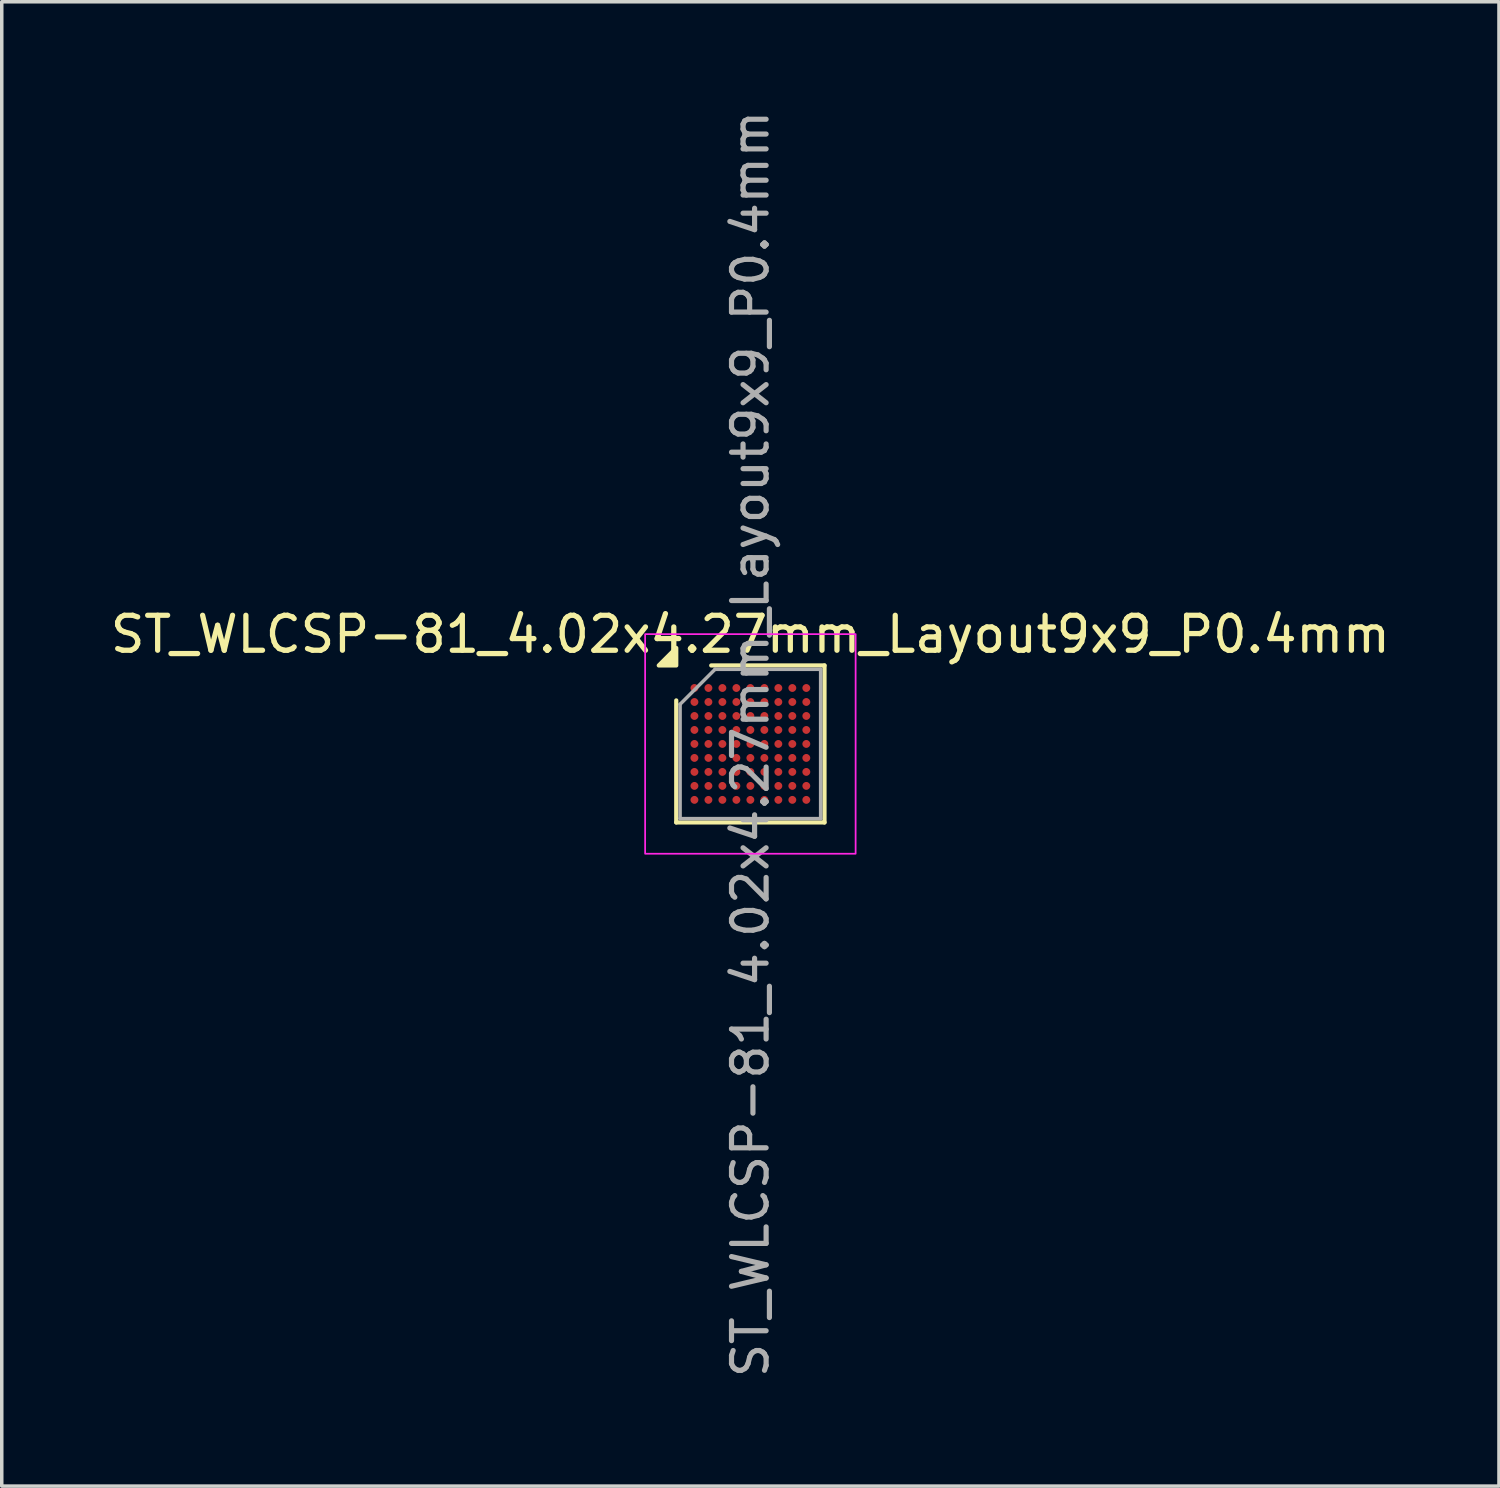
<source format=kicad_pcb>
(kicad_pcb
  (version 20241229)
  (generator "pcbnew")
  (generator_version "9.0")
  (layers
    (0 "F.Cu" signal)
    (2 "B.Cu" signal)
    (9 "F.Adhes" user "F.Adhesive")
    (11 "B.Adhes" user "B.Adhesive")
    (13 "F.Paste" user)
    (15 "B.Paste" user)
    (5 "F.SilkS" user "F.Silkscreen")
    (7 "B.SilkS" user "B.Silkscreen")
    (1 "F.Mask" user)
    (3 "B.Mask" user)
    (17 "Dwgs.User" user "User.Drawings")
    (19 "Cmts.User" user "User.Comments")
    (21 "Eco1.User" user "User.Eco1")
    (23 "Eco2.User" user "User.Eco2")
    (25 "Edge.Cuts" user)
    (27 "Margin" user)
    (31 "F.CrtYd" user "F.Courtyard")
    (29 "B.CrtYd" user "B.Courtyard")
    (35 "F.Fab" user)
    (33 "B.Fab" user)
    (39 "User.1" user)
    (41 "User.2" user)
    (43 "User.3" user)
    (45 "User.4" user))
  (footprint "ST_WLCSP-81_4.02x4.27mm_Layout9x9_P0.4mm"
    (layer "F.Cu")
    (at 18.411 18.227)
    (property "Reference" "ST_WLCSP-81_4.02x4.27mm_Layout9x9_P0.4mm" (at 0 -3.135 0) (layer "F.SilkS") (effects (font (size 1 1) (thickness 0.15))))
    (attr smd)
    (fp_line (start -2.12 2.245) (end -2.12 -1.245) (stroke (width 0.12) (type solid)) (layer "F.SilkS"))
    (fp_line (start -1.12 -2.245) (end 2.12 -2.245) (stroke (width 0.12) (type solid)) (layer "F.SilkS"))
    (fp_line (start 2.12 -2.245) (end 2.12 2.245) (stroke (width 0.12) (type solid)) (layer "F.SilkS"))
    (fp_line (start 2.12 2.245) (end -2.12 2.245) (stroke (width 0.12) (type solid)) (layer "F.SilkS"))
    (fp_poly (pts (xy -2.12 -2.245) (xy -2.62 -2.245) (xy -2.12 -2.745)) (stroke (width 0.12) (type solid)) (fill yes) (layer "F.SilkS"))
    (fp_rect (start -3.01 -3.14) (end 3.01 3.14) (stroke (width 0.05) (type solid)) (fill no) (layer "F.CrtYd"))
    (fp_line (start -2.01 -1.135) (end -1.01 -2.135) (stroke (width 0.1) (type solid)) (layer "F.Fab"))
    (fp_line (start -2.01 2.135) (end -2.01 -1.135) (stroke (width 0.1) (type solid)) (layer "F.Fab"))
    (fp_line (start -1.01 -2.135) (end 2.01 -2.135) (stroke (width 0.1) (type solid)) (layer "F.Fab"))
    (fp_line (start 2.01 -2.135) (end 2.01 2.135) (stroke (width 0.1) (type solid)) (layer "F.Fab"))
    (fp_line (start 2.01 2.135) (end -2.01 2.135) (stroke (width 0.1) (type solid)) (layer "F.Fab"))
    (fp_text user "${REFERENCE}" (at 0 0 270) (layer "F.Fab") (effects (font (size 0.99 0.99) (thickness 0.148))))
    (pad "A1" smd circle (at -1.6 -1.6) (size 0.225 0.225) (property pad_prop_bga) (layers "F.Cu" "F.Mask" "F.Paste"))
    (pad "A2" smd circle (at -1.2 -1.6) (size 0.225 0.225) (property pad_prop_bga) (layers "F.Cu" "F.Mask" "F.Paste"))
    (pad "A3" smd circle (at -0.8 -1.6) (size 0.225 0.225) (property pad_prop_bga) (layers "F.Cu" "F.Mask" "F.Paste"))
    (pad "A4" smd circle (at -0.4 -1.6) (size 0.225 0.225) (property pad_prop_bga) (layers "F.Cu" "F.Mask" "F.Paste"))
    (pad "A5" smd circle (at 0 -1.6) (size 0.225 0.225) (property pad_prop_bga) (layers "F.Cu" "F.Mask" "F.Paste"))
    (pad "A6" smd circle (at 0.4 -1.6) (size 0.225 0.225) (property pad_prop_bga) (layers "F.Cu" "F.Mask" "F.Paste"))
    (pad "A7" smd circle (at 0.8 -1.6) (size 0.225 0.225) (property pad_prop_bga) (layers "F.Cu" "F.Mask" "F.Paste"))
    (pad "A8" smd circle (at 1.2 -1.6) (size 0.225 0.225) (property pad_prop_bga) (layers "F.Cu" "F.Mask" "F.Paste"))
    (pad "A9" smd circle (at 1.6 -1.6) (size 0.225 0.225) (property pad_prop_bga) (layers "F.Cu" "F.Mask" "F.Paste"))
    (pad "B1" smd circle (at -1.6 -1.2) (size 0.225 0.225) (property pad_prop_bga) (layers "F.Cu" "F.Mask" "F.Paste"))
    (pad "B2" smd circle (at -1.2 -1.2) (size 0.225 0.225) (property pad_prop_bga) (layers "F.Cu" "F.Mask" "F.Paste"))
    (pad "B3" smd circle (at -0.8 -1.2) (size 0.225 0.225) (property pad_prop_bga) (layers "F.Cu" "F.Mask" "F.Paste"))
    (pad "B4" smd circle (at -0.4 -1.2) (size 0.225 0.225) (property pad_prop_bga) (layers "F.Cu" "F.Mask" "F.Paste"))
    (pad "B5" smd circle (at 0 -1.2) (size 0.225 0.225) (property pad_prop_bga) (layers "F.Cu" "F.Mask" "F.Paste"))
    (pad "B6" smd circle (at 0.4 -1.2) (size 0.225 0.225) (property pad_prop_bga) (layers "F.Cu" "F.Mask" "F.Paste"))
    (pad "B7" smd circle (at 0.8 -1.2) (size 0.225 0.225) (property pad_prop_bga) (layers "F.Cu" "F.Mask" "F.Paste"))
    (pad "B8" smd circle (at 1.2 -1.2) (size 0.225 0.225) (property pad_prop_bga) (layers "F.Cu" "F.Mask" "F.Paste"))
    (pad "B9" smd circle (at 1.6 -1.2) (size 0.225 0.225) (property pad_prop_bga) (layers "F.Cu" "F.Mask" "F.Paste"))
    (pad "C1" smd circle (at -1.6 -0.8) (size 0.225 0.225) (property pad_prop_bga) (layers "F.Cu" "F.Mask" "F.Paste"))
    (pad "C2" smd circle (at -1.2 -0.8) (size 0.225 0.225) (property pad_prop_bga) (layers "F.Cu" "F.Mask" "F.Paste"))
    (pad "C3" smd circle (at -0.8 -0.8) (size 0.225 0.225) (property pad_prop_bga) (layers "F.Cu" "F.Mask" "F.Paste"))
    (pad "C4" smd circle (at -0.4 -0.8) (size 0.225 0.225) (property pad_prop_bga) (layers "F.Cu" "F.Mask" "F.Paste"))
    (pad "C5" smd circle (at 0 -0.8) (size 0.225 0.225) (property pad_prop_bga) (layers "F.Cu" "F.Mask" "F.Paste"))
    (pad "C6" smd circle (at 0.4 -0.8) (size 0.225 0.225) (property pad_prop_bga) (layers "F.Cu" "F.Mask" "F.Paste"))
    (pad "C7" smd circle (at 0.8 -0.8) (size 0.225 0.225) (property pad_prop_bga) (layers "F.Cu" "F.Mask" "F.Paste"))
    (pad "C8" smd circle (at 1.2 -0.8) (size 0.225 0.225) (property pad_prop_bga) (layers "F.Cu" "F.Mask" "F.Paste"))
    (pad "C9" smd circle (at 1.6 -0.8) (size 0.225 0.225) (property pad_prop_bga) (layers "F.Cu" "F.Mask" "F.Paste"))
    (pad "D1" smd circle (at -1.6 -0.4) (size 0.225 0.225) (property pad_prop_bga) (layers "F.Cu" "F.Mask" "F.Paste"))
    (pad "D2" smd circle (at -1.2 -0.4) (size 0.225 0.225) (property pad_prop_bga) (layers "F.Cu" "F.Mask" "F.Paste"))
    (pad "D3" smd circle (at -0.8 -0.4) (size 0.225 0.225) (property pad_prop_bga) (layers "F.Cu" "F.Mask" "F.Paste"))
    (pad "D4" smd circle (at -0.4 -0.4) (size 0.225 0.225) (property pad_prop_bga) (layers "F.Cu" "F.Mask" "F.Paste"))
    (pad "D5" smd circle (at 0 -0.4) (size 0.225 0.225) (property pad_prop_bga) (layers "F.Cu" "F.Mask" "F.Paste"))
    (pad "D6" smd circle (at 0.4 -0.4) (size 0.225 0.225) (property pad_prop_bga) (layers "F.Cu" "F.Mask" "F.Paste"))
    (pad "D7" smd circle (at 0.8 -0.4) (size 0.225 0.225) (property pad_prop_bga) (layers "F.Cu" "F.Mask" "F.Paste"))
    (pad "D8" smd circle (at 1.2 -0.4) (size 0.225 0.225) (property pad_prop_bga) (layers "F.Cu" "F.Mask" "F.Paste"))
    (pad "D9" smd circle (at 1.6 -0.4) (size 0.225 0.225) (property pad_prop_bga) (layers "F.Cu" "F.Mask" "F.Paste"))
    (pad "E1" smd circle (at -1.6 0) (size 0.225 0.225) (property pad_prop_bga) (layers "F.Cu" "F.Mask" "F.Paste"))
    (pad "E2" smd circle (at -1.2 0) (size 0.225 0.225) (property pad_prop_bga) (layers "F.Cu" "F.Mask" "F.Paste"))
    (pad "E3" smd circle (at -0.8 0) (size 0.225 0.225) (property pad_prop_bga) (layers "F.Cu" "F.Mask" "F.Paste"))
    (pad "E4" smd circle (at -0.4 0) (size 0.225 0.225) (property pad_prop_bga) (layers "F.Cu" "F.Mask" "F.Paste"))
    (pad "E5" smd circle (at 0 0) (size 0.225 0.225) (property pad_prop_bga) (layers "F.Cu" "F.Mask" "F.Paste"))
    (pad "E6" smd circle (at 0.4 0) (size 0.225 0.225) (property pad_prop_bga) (layers "F.Cu" "F.Mask" "F.Paste"))
    (pad "E7" smd circle (at 0.8 0) (size 0.225 0.225) (property pad_prop_bga) (layers "F.Cu" "F.Mask" "F.Paste"))
    (pad "E8" smd circle (at 1.2 0) (size 0.225 0.225) (property pad_prop_bga) (layers "F.Cu" "F.Mask" "F.Paste"))
    (pad "E9" smd circle (at 1.6 0) (size 0.225 0.225) (property pad_prop_bga) (layers "F.Cu" "F.Mask" "F.Paste"))
    (pad "F1" smd circle (at -1.6 0.4) (size 0.225 0.225) (property pad_prop_bga) (layers "F.Cu" "F.Mask" "F.Paste"))
    (pad "F2" smd circle (at -1.2 0.4) (size 0.225 0.225) (property pad_prop_bga) (layers "F.Cu" "F.Mask" "F.Paste"))
    (pad "F3" smd circle (at -0.8 0.4) (size 0.225 0.225) (property pad_prop_bga) (layers "F.Cu" "F.Mask" "F.Paste"))
    (pad "F4" smd circle (at -0.4 0.4) (size 0.225 0.225) (property pad_prop_bga) (layers "F.Cu" "F.Mask" "F.Paste"))
    (pad "F5" smd circle (at 0 0.4) (size 0.225 0.225) (property pad_prop_bga) (layers "F.Cu" "F.Mask" "F.Paste"))
    (pad "F6" smd circle (at 0.4 0.4) (size 0.225 0.225) (property pad_prop_bga) (layers "F.Cu" "F.Mask" "F.Paste"))
    (pad "F7" smd circle (at 0.8 0.4) (size 0.225 0.225) (property pad_prop_bga) (layers "F.Cu" "F.Mask" "F.Paste"))
    (pad "F8" smd circle (at 1.2 0.4) (size 0.225 0.225) (property pad_prop_bga) (layers "F.Cu" "F.Mask" "F.Paste"))
    (pad "F9" smd circle (at 1.6 0.4) (size 0.225 0.225) (property pad_prop_bga) (layers "F.Cu" "F.Mask" "F.Paste"))
    (pad "G1" smd circle (at -1.6 0.8) (size 0.225 0.225) (property pad_prop_bga) (layers "F.Cu" "F.Mask" "F.Paste"))
    (pad "G2" smd circle (at -1.2 0.8) (size 0.225 0.225) (property pad_prop_bga) (layers "F.Cu" "F.Mask" "F.Paste"))
    (pad "G3" smd circle (at -0.8 0.8) (size 0.225 0.225) (property pad_prop_bga) (layers "F.Cu" "F.Mask" "F.Paste"))
    (pad "G4" smd circle (at -0.4 0.8) (size 0.225 0.225) (property pad_prop_bga) (layers "F.Cu" "F.Mask" "F.Paste"))
    (pad "G5" smd circle (at 0 0.8) (size 0.225 0.225) (property pad_prop_bga) (layers "F.Cu" "F.Mask" "F.Paste"))
    (pad "G6" smd circle (at 0.4 0.8) (size 0.225 0.225) (property pad_prop_bga) (layers "F.Cu" "F.Mask" "F.Paste"))
    (pad "G7" smd circle (at 0.8 0.8) (size 0.225 0.225) (property pad_prop_bga) (layers "F.Cu" "F.Mask" "F.Paste"))
    (pad "G8" smd circle (at 1.2 0.8) (size 0.225 0.225) (property pad_prop_bga) (layers "F.Cu" "F.Mask" "F.Paste"))
    (pad "G9" smd circle (at 1.6 0.8) (size 0.225 0.225) (property pad_prop_bga) (layers "F.Cu" "F.Mask" "F.Paste"))
    (pad "H1" smd circle (at -1.6 1.2) (size 0.225 0.225) (property pad_prop_bga) (layers "F.Cu" "F.Mask" "F.Paste"))
    (pad "H2" smd circle (at -1.2 1.2) (size 0.225 0.225) (property pad_prop_bga) (layers "F.Cu" "F.Mask" "F.Paste"))
    (pad "H3" smd circle (at -0.8 1.2) (size 0.225 0.225) (property pad_prop_bga) (layers "F.Cu" "F.Mask" "F.Paste"))
    (pad "H4" smd circle (at -0.4 1.2) (size 0.225 0.225) (property pad_prop_bga) (layers "F.Cu" "F.Mask" "F.Paste"))
    (pad "H5" smd circle (at 0 1.2) (size 0.225 0.225) (property pad_prop_bga) (layers "F.Cu" "F.Mask" "F.Paste"))
    (pad "H6" smd circle (at 0.4 1.2) (size 0.225 0.225) (property pad_prop_bga) (layers "F.Cu" "F.Mask" "F.Paste"))
    (pad "H7" smd circle (at 0.8 1.2) (size 0.225 0.225) (property pad_prop_bga) (layers "F.Cu" "F.Mask" "F.Paste"))
    (pad "H8" smd circle (at 1.2 1.2) (size 0.225 0.225) (property pad_prop_bga) (layers "F.Cu" "F.Mask" "F.Paste"))
    (pad "H9" smd circle (at 1.6 1.2) (size 0.225 0.225) (property pad_prop_bga) (layers "F.Cu" "F.Mask" "F.Paste"))
    (pad "J1" smd circle (at -1.6 1.6) (size 0.225 0.225) (property pad_prop_bga) (layers "F.Cu" "F.Mask" "F.Paste"))
    (pad "J2" smd circle (at -1.2 1.6) (size 0.225 0.225) (property pad_prop_bga) (layers "F.Cu" "F.Mask" "F.Paste"))
    (pad "J3" smd circle (at -0.8 1.6) (size 0.225 0.225) (property pad_prop_bga) (layers "F.Cu" "F.Mask" "F.Paste"))
    (pad "J4" smd circle (at -0.4 1.6) (size 0.225 0.225) (property pad_prop_bga) (layers "F.Cu" "F.Mask" "F.Paste"))
    (pad "J5" smd circle (at 0 1.6) (size 0.225 0.225) (property pad_prop_bga) (layers "F.Cu" "F.Mask" "F.Paste"))
    (pad "J6" smd circle (at 0.4 1.6) (size 0.225 0.225) (property pad_prop_bga) (layers "F.Cu" "F.Mask" "F.Paste"))
    (pad "J7" smd circle (at 0.8 1.6) (size 0.225 0.225) (property pad_prop_bga) (layers "F.Cu" "F.Mask" "F.Paste"))
    (pad "J8" smd circle (at 1.2 1.6) (size 0.225 0.225) (property pad_prop_bga) (layers "F.Cu" "F.Mask" "F.Paste"))
    (pad "J9" smd circle (at 1.6 1.6) (size 0.225 0.225) (property pad_prop_bga) (layers "F.Cu" "F.Mask" "F.Paste")))
  (gr_rect
    (start -3 -3)
    (end 39.821 39.453)
    (stroke (width 0.1) (type default))
    (fill no)
    (layer "Edge.Cuts")))
</source>
